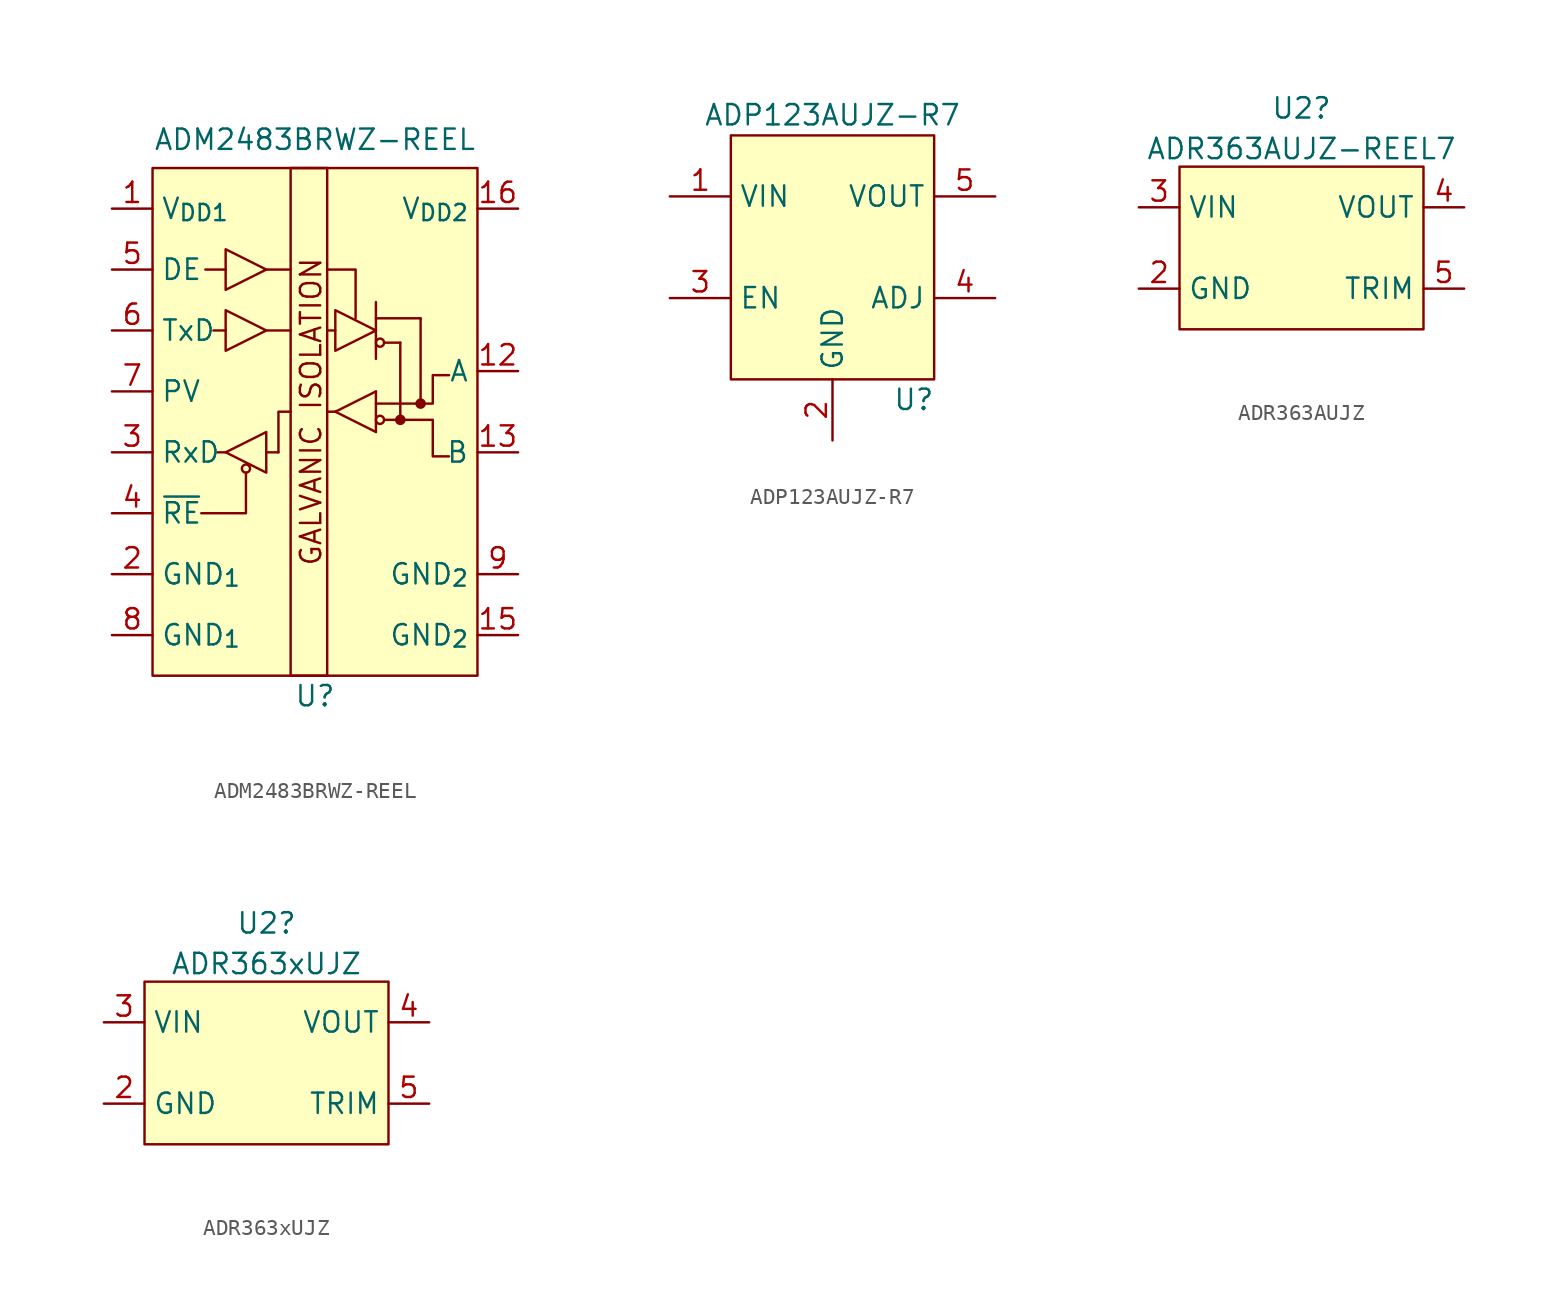
<source format=kicad_sym>
(kicad_symbol_lib
  (version 20220914)
  (generator kicad_symbol_editor)
  (symbol "ADM2483BRWZ-REEL"
    (property "Reference" "U"
      (at 1.27 -21.59 0)
      (effects (font (size 1.27 1.27))))
    (property "Value" "ADM2483BRWZ-REEL"
      (at 1.27 13.208 0)
      (effects (font (size 1.27 1.27))))
    (symbol "ADM2483BRWZ-REEL_0_0"
      (polyline (pts (xy -3.048 -7.62) (xy -3.048 -10.16) (xy -5.842 -10.16)) (stroke (width 0) (type default)) (fill (type none)))
      (polyline (pts (xy -0.254 -3.81) (xy -1.016 -3.81) (xy -1.016 -6.35)) (stroke (width 0) (type default)) (fill (type none)))
      (text "GALVANIC ISOLATION" (at 1.016 -3.81 900) (effects (font (size 1.27 1.27)))))
    (symbol "ADM2483BRWZ-REEL_0_1"
      (rectangle (start -8.89 11.43) (end 11.43 -20.32) (stroke (width 0) (type default)) (fill (type background)))
      (circle (center -3.048 -7.366) (radius 0.254) (stroke (width 0) (type default)) (fill (type none)))
      (rectangle (start -0.254 11.43) (end 2.032 -20.32) (stroke (width 0) (type default)) (fill (type none)))
      (polyline (pts (xy -4.318 -6.35) (xy -4.826 -6.35)) (stroke (width 0) (type default)) (fill (type none)))
      (polyline (pts (xy -4.318 1.27) (xy -5.08 1.27)) (stroke (width 0) (type default)) (fill (type none)))
      (polyline (pts (xy -4.318 5.08) (xy -5.588 5.08)) (stroke (width 0) (type default)) (fill (type none)))
      (polyline (pts (xy -1.778 1.27) (xy -0.254 1.27)) (stroke (width 0) (type default)) (fill (type none)))
      (polyline (pts (xy -1.778 5.08) (xy -0.254 5.08)) (stroke (width 0) (type default)) (fill (type none)))
      (polyline (pts (xy -1.016 -6.35) (xy -1.778 -6.35)) (stroke (width 0) (type default)) (fill (type none)))
      (polyline (pts (xy 2.032 1.27) (xy 2.54 1.27)) (stroke (width 0) (type default)) (fill (type none)))
      (polyline (pts (xy 2.54 -3.81) (xy 2.032 -3.81)) (stroke (width 0) (type default)) (fill (type none)))
      (polyline (pts (xy 2.54 -3.81) (xy 5.08 -2.54)) (stroke (width 0) (type default)) (fill (type none)))
      (polyline (pts (xy 5.08 -5.08) (xy 2.54 -3.81)) (stroke (width 0) (type default)) (fill (type none)))
      (polyline (pts (xy 5.08 -5.08) (xy 5.08 -2.54)) (stroke (width 0) (type default)) (fill (type none)))
      (polyline (pts (xy 5.08 3.048) (xy 5.08 -0.508)) (stroke (width 0) (type default)) (fill (type none)))
      (polyline (pts (xy 6.604 0.508) (xy 5.588 0.508)) (stroke (width 0) (type default)) (fill (type none)))
      (polyline (pts (xy 6.604 0.508) (xy 6.604 -4.318)) (stroke (width 0) (type default)) (fill (type none)))
      (polyline (pts (xy 7.874 2.032) (xy 5.08 2.032)) (stroke (width 0) (type default)) (fill (type none)))
      (polyline (pts (xy 7.874 2.032) (xy 7.874 -3.302)) (stroke (width 0) (type default)) (fill (type none)))
      (polyline (pts (xy 2.032 5.08) (xy 3.81 5.08) (xy 3.81 2.032)) (stroke (width 0) (type default)) (fill (type none)))
      (polyline (pts (xy -4.318 2.54) (xy -4.318 0) (xy -1.778 1.27) (xy -4.318 2.54)) (stroke (width 0) (type default)) (fill (type none)))
      (polyline (pts (xy -4.318 6.35) (xy -4.318 3.81) (xy -1.778 5.08) (xy -4.318 6.35)) (stroke (width 0) (type default)) (fill (type none)))
      (polyline (pts (xy -1.778 -5.08) (xy -1.778 -7.62) (xy -4.318 -6.35) (xy -1.778 -5.08)) (stroke (width 0) (type default)) (fill (type none)))
      (polyline (pts (xy 2.54 0) (xy 2.54 2.54) (xy 5.08 1.27) (xy 2.54 0)) (stroke (width 0) (type default)) (fill (type none)))
      (polyline (pts (xy 9.652 -6.604) (xy 8.636 -6.604) (xy 8.636 -4.318) (xy 5.588 -4.318)) (stroke (width 0) (type default)) (fill (type none)))
      (polyline (pts (xy 9.652 -1.524) (xy 8.636 -1.524) (xy 8.636 -3.302) (xy 5.08 -3.302)) (stroke (width 0) (type default)) (fill (type none)))
      (circle (center 5.334 -4.318) (radius 0.254) (stroke (width 0) (type default)) (fill (type none)))
      (circle (center 5.334 0.508) (radius 0.254) (stroke (width 0) (type default)) (fill (type none)))
      (circle (center 6.604 -4.318) (radius 0.254) (stroke (width 0) (type default)) (fill (type outline)))
      (circle (center 7.874 -3.302) (radius 0.254) (stroke (width 0) (type default)) (fill (type outline))))
    (symbol "ADM2483BRWZ-REEL_1_1"
      (pin power_in line (at -11.43 8.89 0) (length 2.54) (name "V_{DD1}" (effects (font (size 1.27 1.27)))) (number "1" (effects (font (size 1.27 1.27)))))
      (pin no_connect line (at -6.35 -22.86 90) (length 2.54) hide (name "NC" (effects (font (size 1.27 1.27)))) (number "10" (effects (font (size 1.27 1.27)))))
      (pin no_connect line (at -2.54 -22.86 90) (length 2.54) hide (name "NC" (effects (font (size 1.27 1.27)))) (number "11" (effects (font (size 1.27 1.27)))))
      (pin passive line (at 13.97 -1.27 180) (length 2.54) (name "A" (effects (font (size 1.27 1.27)))) (number "12" (effects (font (size 1.27 1.27)))))
      (pin passive line (at 13.97 -6.35 180) (length 2.54) (name "B" (effects (font (size 1.27 1.27)))) (number "13" (effects (font (size 1.27 1.27)))))
      (pin no_connect line (at 3.81 -22.86 90) (length 2.54) hide (name "NC" (effects (font (size 1.27 1.27)))) (number "14" (effects (font (size 1.27 1.27)))))
      (pin power_in line (at 13.97 -17.78 180) (length 2.54) (name "GND_{2}" (effects (font (size 1.27 1.27)))) (number "15" (effects (font (size 1.27 1.27)))))
      (pin power_in line (at 13.97 8.89 180) (length 2.54) (name "V_{DD2}" (effects (font (size 1.27 1.27)))) (number "16" (effects (font (size 1.27 1.27)))))
      (pin power_in line (at -11.43 -13.97 0) (length 2.54) (name "GND_{1}" (effects (font (size 1.27 1.27)))) (number "2" (effects (font (size 1.27 1.27)))))
      (pin output line (at -11.43 -6.35 0) (length 2.54) (name "RxD" (effects (font (size 1.27 1.27)))) (number "3" (effects (font (size 1.27 1.27)))))
      (pin input line (at -11.43 -10.16 0) (length 2.54) (name "~{RE}" (effects (font (size 1.27 1.27)))) (number "4" (effects (font (size 1.27 1.27)))))
      (pin input line (at -11.43 5.08 0) (length 2.54) (name "DE" (effects (font (size 1.27 1.27)))) (number "5" (effects (font (size 1.27 1.27)))))
      (pin input line (at -11.43 1.27 0) (length 2.54) (name "TxD" (effects (font (size 1.27 1.27)))) (number "6" (effects (font (size 1.27 1.27)))))
      (pin passive line (at -11.43 -2.54 0) (length 2.54) (name "PV" (effects (font (size 1.27 1.27)))) (number "7" (effects (font (size 1.27 1.27)))))
      (pin power_in line (at -11.43 -17.78 0) (length 2.54) (name "GND_{1}" (effects (font (size 1.27 1.27)))) (number "8" (effects (font (size 1.27 1.27)))))
      (pin power_in line (at 13.97 -13.97 180) (length 2.54) (name "GND_{2}" (effects (font (size 1.27 1.27)))) (number "9" (effects (font (size 1.27 1.27)))))))
  (symbol "ADP123AUJZ-R7"
    (property "Reference" "U"
      (at 5.08 -10.16 0)
      (effects (font (size 1.27 1.27))))
    (property "Value" "ADP123AUJZ-R7"
      (at 0 7.62 0)
      (effects (font (size 1.27 1.27))))
    (symbol "ADP123AUJZ-R7_0_1"
      (rectangle (start -6.35 6.35) (end 6.35 -8.89) (stroke (width 0) (type default)) (fill (type background))))
    (symbol "ADP123AUJZ-R7_1_1"
      (pin power_in line (at -10.16 2.54 0) (length 3.81) (name "VIN" (effects (font (size 1.27 1.27)))) (number "1" (effects (font (size 1.27 1.27)))))
      (pin power_in line (at 0 -12.7 90) (length 3.81) (name "GND" (effects (font (size 1.27 1.27)))) (number "2" (effects (font (size 1.27 1.27)))))
      (pin input line (at -10.16 -3.81 0) (length 3.81) (name "EN" (effects (font (size 1.27 1.27)))) (number "3" (effects (font (size 1.27 1.27)))))
      (pin passive line (at 10.16 -3.81 180) (length 3.81) (name "ADJ" (effects (font (size 1.27 1.27)))) (number "4" (effects (font (size 1.27 1.27)))))
      (pin power_in line (at 10.16 2.54 180) (length 3.81) (name "VOUT" (effects (font (size 1.27 1.27)))) (number "5" (effects (font (size 1.27 1.27)))))))
  (symbol "ADR363AUJZ"
    (property "Reference" "U2"
      (at 0 6.189 0)
      (effects (font (size 1.27 1.27))))
    (property "Value" "ADR363AUJZ-REEL7"
      (at 0 3.652 0)
      (effects (font (size 1.27 1.27))))
    (symbol "ADR363AUJZ_0_1"
      (rectangle (start -7.62 2.54) (end 7.62 -7.62) (stroke (width 0.152) (type default)) (fill (type background))))
    (symbol "ADR363AUJZ_1_1"
      (pin no_connect line (at 0 -10.16 90) (length 2.54) hide (name "NIC" (effects (font (size 1.27 1.27)))) (number "1" (effects (font (size 1.27 1.27)))))
      (pin power_in line (at -10.16 -5.08 0) (length 2.54) (name "GND" (effects (font (size 1.27 1.27)))) (number "2" (effects (font (size 1.27 1.27)))))
      (pin power_in line (at -10.16 0 0) (length 2.54) (name "VIN" (effects (font (size 1.27 1.27)))) (number "3" (effects (font (size 1.27 1.27)))))
      (pin power_out line (at 10.16 0 180) (length 2.54) (name "VOUT" (effects (font (size 1.27 1.27)))) (number "4" (effects (font (size 1.27 1.27)))))
      (pin passive line (at 10.16 -5.08 180) (length 2.54) (name "TRIM" (effects (font (size 1.27 1.27)))) (number "5" (effects (font (size 1.27 1.27)))))))
  (symbol "ADR363xUJZ"
    (property "Reference" "U2"
      (at 0 6.189 0)
      (effects (font (size 1.27 1.27))))
    (property "Value" "ADR363xUJZ"
      (at 0 3.652 0)
      (effects (font (size 1.27 1.27))))
    (symbol "ADR363xUJZ_0_1"
      (rectangle (start -7.62 2.54) (end 7.62 -7.62) (stroke (width 0.152) (type default)) (fill (type background))))
    (symbol "ADR363xUJZ_1_1"
      (pin no_connect line (at 0 -10.16 90) (length 2.54) hide (name "NIC" (effects (font (size 1.27 1.27)))) (number "1" (effects (font (size 1.27 1.27)))))
      (pin power_in line (at -10.16 -5.08 0) (length 2.54) (name "GND" (effects (font (size 1.27 1.27)))) (number "2" (effects (font (size 1.27 1.27)))))
      (pin power_in line (at -10.16 0 0) (length 2.54) (name "VIN" (effects (font (size 1.27 1.27)))) (number "3" (effects (font (size 1.27 1.27)))))
      (pin power_out line (at 10.16 0 180) (length 2.54) (name "VOUT" (effects (font (size 1.27 1.27)))) (number "4" (effects (font (size 1.27 1.27)))))
      (pin passive line (at 10.16 -5.08 180) (length 2.54) (name "TRIM" (effects (font (size 1.27 1.27)))) (number "5" (effects (font (size 1.27 1.27))))))))
</source>
